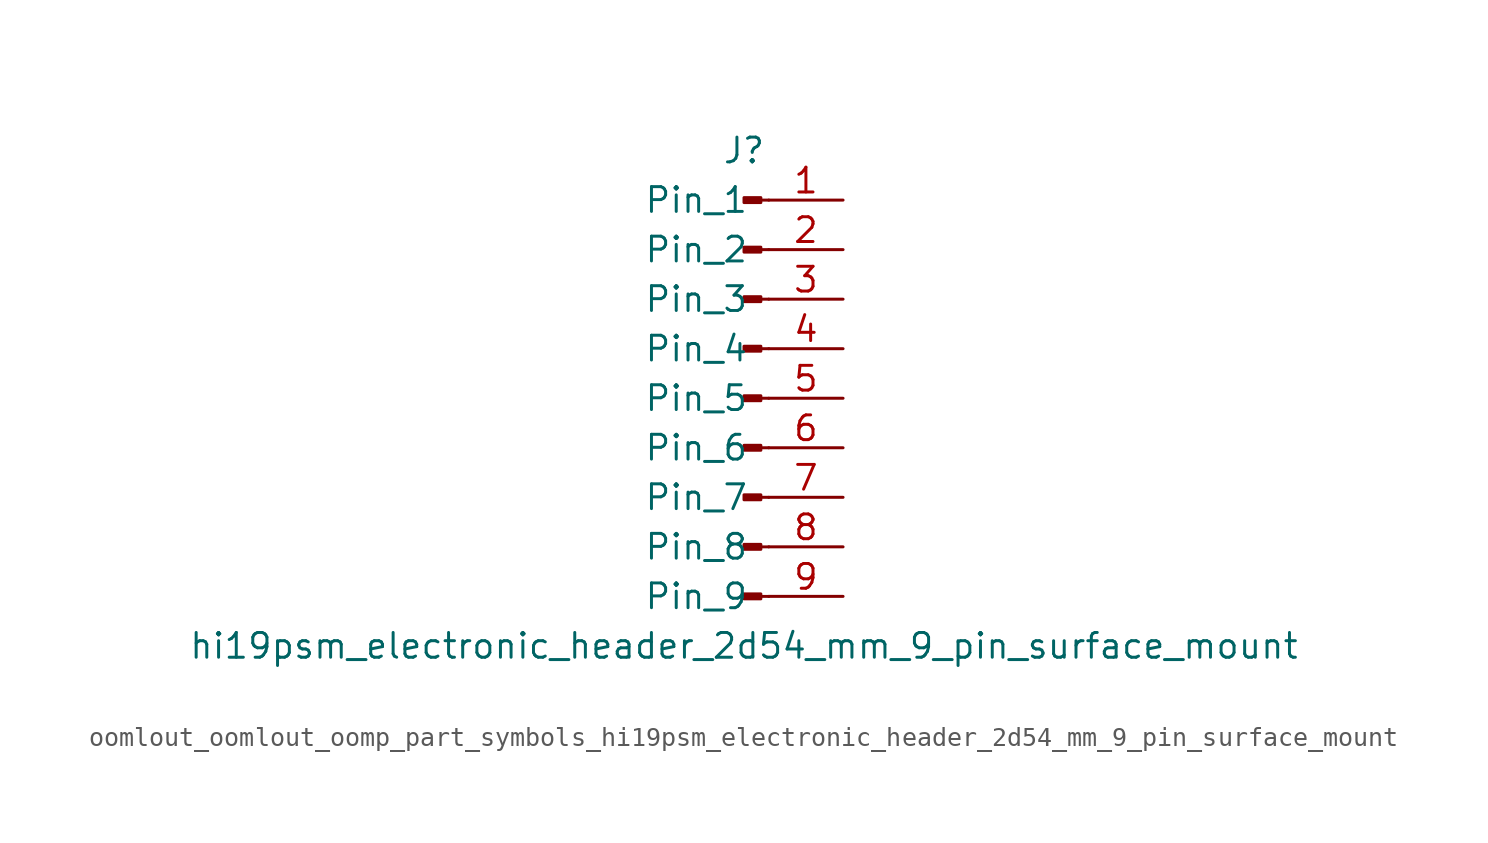
<source format=kicad_sym>
(kicad_symbol_lib
  (version 20220914)
  (generator kicad_symbol_editor)
  (symbol "oomlout_oomlout_oomp_part_symbols_hi19psm_electronic_header_2d54_mm_9_pin_surface_mount"
    (pin_names
      (offset 1.016))
    (property "Reference" "J"
      (at 0 12.7 0)
      (effects (font (size 1.27 1.27))))
    (property "Value" "hi19psm_electronic_header_2d54_mm_9_pin_surface_mount"
      (at 0 -12.7 0)
      (effects (font (size 1.27 1.27))))
    (property "ki_locked" ""
      (at 0 0 0)
      (effects (font (size 1.27 1.27))))
    (symbol "oomlout_oomlout_oomp_part_symbols_hi19psm_electronic_header_2d54_mm_9_pin_surface_mount_1_1"
      (polyline (pts (xy 1.27 -10.16) (xy 0.864 -10.16)) (stroke (width 0.152) (type default)) (fill (type none)))
      (polyline (pts (xy 1.27 -7.62) (xy 0.864 -7.62)) (stroke (width 0.152) (type default)) (fill (type none)))
      (polyline (pts (xy 1.27 -5.08) (xy 0.864 -5.08)) (stroke (width 0.152) (type default)) (fill (type none)))
      (polyline (pts (xy 1.27 -2.54) (xy 0.864 -2.54)) (stroke (width 0.152) (type default)) (fill (type none)))
      (polyline (pts (xy 1.27 0) (xy 0.864 0)) (stroke (width 0.152) (type default)) (fill (type none)))
      (polyline (pts (xy 1.27 2.54) (xy 0.864 2.54)) (stroke (width 0.152) (type default)) (fill (type none)))
      (polyline (pts (xy 1.27 5.08) (xy 0.864 5.08)) (stroke (width 0.152) (type default)) (fill (type none)))
      (polyline (pts (xy 1.27 7.62) (xy 0.864 7.62)) (stroke (width 0.152) (type default)) (fill (type none)))
      (polyline (pts (xy 1.27 10.16) (xy 0.864 10.16)) (stroke (width 0.152) (type default)) (fill (type none)))
      (rectangle (start 0.864 -10.033) (end 0 -10.287) (stroke (width 0.152) (type default)) (fill (type outline)))
      (rectangle (start 0.864 -7.493) (end 0 -7.747) (stroke (width 0.152) (type default)) (fill (type outline)))
      (rectangle (start 0.864 -4.953) (end 0 -5.207) (stroke (width 0.152) (type default)) (fill (type outline)))
      (rectangle (start 0.864 -2.413) (end 0 -2.667) (stroke (width 0.152) (type default)) (fill (type outline)))
      (rectangle (start 0.864 0.127) (end 0 -0.127) (stroke (width 0.152) (type default)) (fill (type outline)))
      (rectangle (start 0.864 2.667) (end 0 2.413) (stroke (width 0.152) (type default)) (fill (type outline)))
      (rectangle (start 0.864 5.207) (end 0 4.953) (stroke (width 0.152) (type default)) (fill (type outline)))
      (rectangle (start 0.864 7.747) (end 0 7.493) (stroke (width 0.152) (type default)) (fill (type outline)))
      (rectangle (start 0.864 10.287) (end 0 10.033) (stroke (width 0.152) (type default)) (fill (type outline)))
      (pin passive line (at 5.08 10.16 180) (length 3.81) (name "Pin_1" (effects (font (size 1.27 1.27)))) (number "1" (effects (font (size 1.27 1.27)))))
      (pin passive line (at 5.08 7.62 180) (length 3.81) (name "Pin_2" (effects (font (size 1.27 1.27)))) (number "2" (effects (font (size 1.27 1.27)))))
      (pin passive line (at 5.08 5.08 180) (length 3.81) (name "Pin_3" (effects (font (size 1.27 1.27)))) (number "3" (effects (font (size 1.27 1.27)))))
      (pin passive line (at 5.08 2.54 180) (length 3.81) (name "Pin_4" (effects (font (size 1.27 1.27)))) (number "4" (effects (font (size 1.27 1.27)))))
      (pin passive line (at 5.08 0 180) (length 3.81) (name "Pin_5" (effects (font (size 1.27 1.27)))) (number "5" (effects (font (size 1.27 1.27)))))
      (pin passive line (at 5.08 -2.54 180) (length 3.81) (name "Pin_6" (effects (font (size 1.27 1.27)))) (number "6" (effects (font (size 1.27 1.27)))))
      (pin passive line (at 5.08 -5.08 180) (length 3.81) (name "Pin_7" (effects (font (size 1.27 1.27)))) (number "7" (effects (font (size 1.27 1.27)))))
      (pin passive line (at 5.08 -7.62 180) (length 3.81) (name "Pin_8" (effects (font (size 1.27 1.27)))) (number "8" (effects (font (size 1.27 1.27)))))
      (pin passive line (at 5.08 -10.16 180) (length 3.81) (name "Pin_9" (effects (font (size 1.27 1.27)))) (number "9" (effects (font (size 1.27 1.27))))))))
</source>
